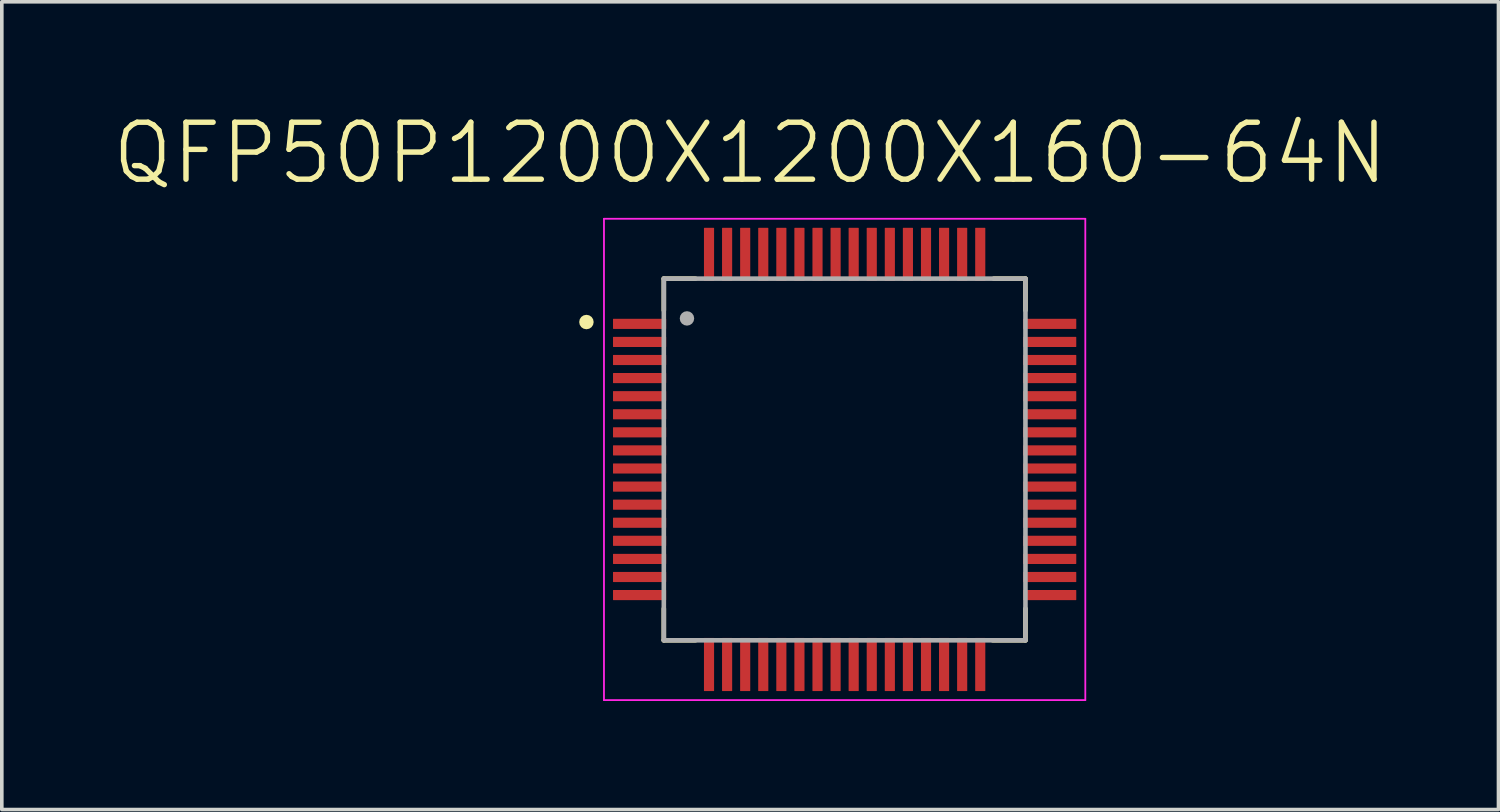
<source format=kicad_pcb>
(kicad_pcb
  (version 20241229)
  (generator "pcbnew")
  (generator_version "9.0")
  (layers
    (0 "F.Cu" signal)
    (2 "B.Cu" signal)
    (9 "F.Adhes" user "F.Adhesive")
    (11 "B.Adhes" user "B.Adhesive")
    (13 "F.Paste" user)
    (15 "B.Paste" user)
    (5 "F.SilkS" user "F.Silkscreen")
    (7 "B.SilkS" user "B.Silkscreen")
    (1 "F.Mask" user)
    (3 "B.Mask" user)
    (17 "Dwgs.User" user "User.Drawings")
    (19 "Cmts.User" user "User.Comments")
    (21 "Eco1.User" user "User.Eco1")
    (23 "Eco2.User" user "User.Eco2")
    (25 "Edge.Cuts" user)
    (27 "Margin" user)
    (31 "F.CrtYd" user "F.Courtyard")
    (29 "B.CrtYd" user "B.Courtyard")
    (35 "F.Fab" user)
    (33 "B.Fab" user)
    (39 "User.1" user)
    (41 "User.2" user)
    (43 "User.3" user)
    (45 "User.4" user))
  (footprint "QFP50P1200X1200X160-64N"
    (layer "F.Cu")
    (at 20.306 9.655)
    (property "Reference" "QFP50P1200X1200X160-64N" (at -2.613 -8.471 0) (layer "F.SilkS") (effects (font (size 1.575 1.575) (thickness 0.15))))
    (attr smd)
    (fp_line (start -5 -5) (end -5 -4.125) (stroke (width 0.127) (type solid)) (layer "F.SilkS"))
    (fp_line (start -5 -5) (end -4.125 -5) (stroke (width 0.127) (type solid)) (layer "F.SilkS"))
    (fp_line (start -5 5) (end -5 4.125) (stroke (width 0.127) (type solid)) (layer "F.SilkS"))
    (fp_line (start -5 5) (end -4.125 5) (stroke (width 0.127) (type solid)) (layer "F.SilkS"))
    (fp_line (start 5 -5) (end 4.125 -5) (stroke (width 0.127) (type solid)) (layer "F.SilkS"))
    (fp_line (start 5 -5) (end 5 -4.125) (stroke (width 0.127) (type solid)) (layer "F.SilkS"))
    (fp_line (start 5 5) (end 4.093 5) (stroke (width 0.127) (type solid)) (layer "F.SilkS"))
    (fp_line (start 5 5) (end 5 4.125) (stroke (width 0.127) (type solid)) (layer "F.SilkS"))
    (fp_circle (center -7.14 -3.8) (end -7.04 -3.8) (stroke (width 0.2) (type solid)) (fill no) (layer "F.SilkS"))
    (fp_line (start -6.655 -6.655) (end 6.655 -6.655) (stroke (width 0.05) (type solid)) (layer "F.CrtYd"))
    (fp_line (start -6.655 6.655) (end -6.655 -6.655) (stroke (width 0.05) (type solid)) (layer "F.CrtYd"))
    (fp_line (start -6.655 6.655) (end 6.655 6.655) (stroke (width 0.05) (type solid)) (layer "F.CrtYd"))
    (fp_line (start 6.655 6.655) (end 6.655 -6.655) (stroke (width 0.05) (type solid)) (layer "F.CrtYd"))
    (fp_line (start -5 -5) (end 5 -5) (stroke (width 0.127) (type solid)) (layer "F.Fab"))
    (fp_line (start -5 5) (end -5 -5) (stroke (width 0.127) (type solid)) (layer "F.Fab"))
    (fp_line (start -5 5) (end 5 5) (stroke (width 0.127) (type solid)) (layer "F.Fab"))
    (fp_line (start 5 5) (end 5 -5) (stroke (width 0.127) (type solid)) (layer "F.Fab"))
    (fp_circle (center -4.36 -3.9) (end -4.26 -3.9) (stroke (width 0.2) (type solid)) (fill no) (layer "F.Fab"))
    (pad "1" smd roundrect (at -5.67 -3.75) (size 1.47 0.28) (layers "F.Cu" "F.Mask" "F.Paste") (roundrect_rratio 0.04))
    (pad "2" smd roundrect (at -5.67 -3.25) (size 1.47 0.28) (layers "F.Cu" "F.Mask" "F.Paste") (roundrect_rratio 0.04))
    (pad "3" smd roundrect (at -5.67 -2.75) (size 1.47 0.28) (layers "F.Cu" "F.Mask" "F.Paste") (roundrect_rratio 0.04))
    (pad "4" smd roundrect (at -5.67 -2.25) (size 1.47 0.28) (layers "F.Cu" "F.Mask" "F.Paste") (roundrect_rratio 0.04))
    (pad "5" smd roundrect (at -5.67 -1.75) (size 1.47 0.28) (layers "F.Cu" "F.Mask" "F.Paste") (roundrect_rratio 0.04))
    (pad "6" smd roundrect (at -5.67 -1.25) (size 1.47 0.28) (layers "F.Cu" "F.Mask" "F.Paste") (roundrect_rratio 0.04))
    (pad "7" smd roundrect (at -5.67 -0.75) (size 1.47 0.28) (layers "F.Cu" "F.Mask" "F.Paste") (roundrect_rratio 0.04))
    (pad "8" smd roundrect (at -5.67 -0.25) (size 1.47 0.28) (layers "F.Cu" "F.Mask" "F.Paste") (roundrect_rratio 0.04))
    (pad "9" smd roundrect (at -5.67 0.25) (size 1.47 0.28) (layers "F.Cu" "F.Mask" "F.Paste") (roundrect_rratio 0.04))
    (pad "10" smd roundrect (at -5.67 0.75) (size 1.47 0.28) (layers "F.Cu" "F.Mask" "F.Paste") (roundrect_rratio 0.04))
    (pad "11" smd roundrect (at -5.67 1.25) (size 1.47 0.28) (layers "F.Cu" "F.Mask" "F.Paste") (roundrect_rratio 0.04))
    (pad "12" smd roundrect (at -5.67 1.75) (size 1.47 0.28) (layers "F.Cu" "F.Mask" "F.Paste") (roundrect_rratio 0.04))
    (pad "13" smd roundrect (at -5.67 2.25) (size 1.47 0.28) (layers "F.Cu" "F.Mask" "F.Paste") (roundrect_rratio 0.04))
    (pad "14" smd roundrect (at -5.67 2.75) (size 1.47 0.28) (layers "F.Cu" "F.Mask" "F.Paste") (roundrect_rratio 0.04))
    (pad "15" smd roundrect (at -5.67 3.25) (size 1.47 0.28) (layers "F.Cu" "F.Mask" "F.Paste") (roundrect_rratio 0.04))
    (pad "16" smd roundrect (at -5.67 3.75) (size 1.47 0.28) (layers "F.Cu" "F.Mask" "F.Paste") (roundrect_rratio 0.04))
    (pad "17" smd roundrect (at -3.75 5.67 90) (size 1.47 0.28) (layers "F.Cu" "F.Mask" "F.Paste") (roundrect_rratio 0.04))
    (pad "18" smd roundrect (at -3.25 5.67 90) (size 1.47 0.28) (layers "F.Cu" "F.Mask" "F.Paste") (roundrect_rratio 0.04))
    (pad "19" smd roundrect (at -2.75 5.67 90) (size 1.47 0.28) (layers "F.Cu" "F.Mask" "F.Paste") (roundrect_rratio 0.04))
    (pad "20" smd roundrect (at -2.25 5.67 90) (size 1.47 0.28) (layers "F.Cu" "F.Mask" "F.Paste") (roundrect_rratio 0.04))
    (pad "21" smd roundrect (at -1.75 5.67 90) (size 1.47 0.28) (layers "F.Cu" "F.Mask" "F.Paste") (roundrect_rratio 0.04))
    (pad "22" smd roundrect (at -1.25 5.67 90) (size 1.47 0.28) (layers "F.Cu" "F.Mask" "F.Paste") (roundrect_rratio 0.04))
    (pad "23" smd roundrect (at -0.75 5.67 90) (size 1.47 0.28) (layers "F.Cu" "F.Mask" "F.Paste") (roundrect_rratio 0.04))
    (pad "24" smd roundrect (at -0.25 5.67 90) (size 1.47 0.28) (layers "F.Cu" "F.Mask" "F.Paste") (roundrect_rratio 0.04))
    (pad "25" smd roundrect (at 0.25 5.67 90) (size 1.47 0.28) (layers "F.Cu" "F.Mask" "F.Paste") (roundrect_rratio 0.04))
    (pad "26" smd roundrect (at 0.75 5.67 90) (size 1.47 0.28) (layers "F.Cu" "F.Mask" "F.Paste") (roundrect_rratio 0.04))
    (pad "27" smd roundrect (at 1.25 5.67 90) (size 1.47 0.28) (layers "F.Cu" "F.Mask" "F.Paste") (roundrect_rratio 0.04))
    (pad "28" smd roundrect (at 1.75 5.67 90) (size 1.47 0.28) (layers "F.Cu" "F.Mask" "F.Paste") (roundrect_rratio 0.04))
    (pad "29" smd roundrect (at 2.25 5.67 90) (size 1.47 0.28) (layers "F.Cu" "F.Mask" "F.Paste") (roundrect_rratio 0.04))
    (pad "30" smd roundrect (at 2.75 5.67 90) (size 1.47 0.28) (layers "F.Cu" "F.Mask" "F.Paste") (roundrect_rratio 0.04))
    (pad "31" smd roundrect (at 3.25 5.67 90) (size 1.47 0.28) (layers "F.Cu" "F.Mask" "F.Paste") (roundrect_rratio 0.04))
    (pad "32" smd roundrect (at 3.75 5.67 90) (size 1.47 0.28) (layers "F.Cu" "F.Mask" "F.Paste") (roundrect_rratio 0.04))
    (pad "33" smd roundrect (at 5.67 3.75) (size 1.47 0.28) (layers "F.Cu" "F.Mask" "F.Paste") (roundrect_rratio 0.04))
    (pad "34" smd roundrect (at 5.67 3.25) (size 1.47 0.28) (layers "F.Cu" "F.Mask" "F.Paste") (roundrect_rratio 0.04))
    (pad "35" smd roundrect (at 5.67 2.75) (size 1.47 0.28) (layers "F.Cu" "F.Mask" "F.Paste") (roundrect_rratio 0.04))
    (pad "36" smd roundrect (at 5.67 2.25) (size 1.47 0.28) (layers "F.Cu" "F.Mask" "F.Paste") (roundrect_rratio 0.04))
    (pad "37" smd roundrect (at 5.67 1.75) (size 1.47 0.28) (layers "F.Cu" "F.Mask" "F.Paste") (roundrect_rratio 0.04))
    (pad "38" smd roundrect (at 5.67 1.25) (size 1.47 0.28) (layers "F.Cu" "F.Mask" "F.Paste") (roundrect_rratio 0.04))
    (pad "39" smd roundrect (at 5.67 0.75) (size 1.47 0.28) (layers "F.Cu" "F.Mask" "F.Paste") (roundrect_rratio 0.04))
    (pad "40" smd roundrect (at 5.67 0.25) (size 1.47 0.28) (layers "F.Cu" "F.Mask" "F.Paste") (roundrect_rratio 0.04))
    (pad "41" smd roundrect (at 5.67 -0.25) (size 1.47 0.28) (layers "F.Cu" "F.Mask" "F.Paste") (roundrect_rratio 0.04))
    (pad "42" smd roundrect (at 5.67 -0.75) (size 1.47 0.28) (layers "F.Cu" "F.Mask" "F.Paste") (roundrect_rratio 0.04))
    (pad "43" smd roundrect (at 5.67 -1.25) (size 1.47 0.28) (layers "F.Cu" "F.Mask" "F.Paste") (roundrect_rratio 0.04))
    (pad "44" smd roundrect (at 5.67 -1.75) (size 1.47 0.28) (layers "F.Cu" "F.Mask" "F.Paste") (roundrect_rratio 0.04))
    (pad "45" smd roundrect (at 5.67 -2.25) (size 1.47 0.28) (layers "F.Cu" "F.Mask" "F.Paste") (roundrect_rratio 0.04))
    (pad "46" smd roundrect (at 5.67 -2.75) (size 1.47 0.28) (layers "F.Cu" "F.Mask" "F.Paste") (roundrect_rratio 0.04))
    (pad "47" smd roundrect (at 5.67 -3.25) (size 1.47 0.28) (layers "F.Cu" "F.Mask" "F.Paste") (roundrect_rratio 0.04))
    (pad "48" smd roundrect (at 5.67 -3.75) (size 1.47 0.28) (layers "F.Cu" "F.Mask" "F.Paste") (roundrect_rratio 0.04))
    (pad "49" smd roundrect (at 3.75 -5.67 90) (size 1.47 0.28) (layers "F.Cu" "F.Mask" "F.Paste") (roundrect_rratio 0.04))
    (pad "50" smd roundrect (at 3.25 -5.67 90) (size 1.47 0.28) (layers "F.Cu" "F.Mask" "F.Paste") (roundrect_rratio 0.04))
    (pad "51" smd roundrect (at 2.75 -5.67 90) (size 1.47 0.28) (layers "F.Cu" "F.Mask" "F.Paste") (roundrect_rratio 0.04))
    (pad "52" smd roundrect (at 2.25 -5.67 90) (size 1.47 0.28) (layers "F.Cu" "F.Mask" "F.Paste") (roundrect_rratio 0.04))
    (pad "53" smd roundrect (at 1.75 -5.67 90) (size 1.47 0.28) (layers "F.Cu" "F.Mask" "F.Paste") (roundrect_rratio 0.04))
    (pad "54" smd roundrect (at 1.25 -5.67 90) (size 1.47 0.28) (layers "F.Cu" "F.Mask" "F.Paste") (roundrect_rratio 0.04))
    (pad "55" smd roundrect (at 0.75 -5.67 90) (size 1.47 0.28) (layers "F.Cu" "F.Mask" "F.Paste") (roundrect_rratio 0.04))
    (pad "56" smd roundrect (at 0.25 -5.67 90) (size 1.47 0.28) (layers "F.Cu" "F.Mask" "F.Paste") (roundrect_rratio 0.04))
    (pad "57" smd roundrect (at -0.25 -5.67 90) (size 1.47 0.28) (layers "F.Cu" "F.Mask" "F.Paste") (roundrect_rratio 0.04))
    (pad "58" smd roundrect (at -0.75 -5.67 90) (size 1.47 0.28) (layers "F.Cu" "F.Mask" "F.Paste") (roundrect_rratio 0.04))
    (pad "59" smd roundrect (at -1.25 -5.67 90) (size 1.47 0.28) (layers "F.Cu" "F.Mask" "F.Paste") (roundrect_rratio 0.04))
    (pad "60" smd roundrect (at -1.75 -5.67 90) (size 1.47 0.28) (layers "F.Cu" "F.Mask" "F.Paste") (roundrect_rratio 0.04))
    (pad "61" smd roundrect (at -2.25 -5.67 90) (size 1.47 0.28) (layers "F.Cu" "F.Mask" "F.Paste") (roundrect_rratio 0.04))
    (pad "62" smd roundrect (at -2.75 -5.67 90) (size 1.47 0.28) (layers "F.Cu" "F.Mask" "F.Paste") (roundrect_rratio 0.04))
    (pad "63" smd roundrect (at -3.25 -5.67 90) (size 1.47 0.28) (layers "F.Cu" "F.Mask" "F.Paste") (roundrect_rratio 0.04))
    (pad "64" smd roundrect (at -3.75 -5.67 90) (size 1.47 0.28) (layers "F.Cu" "F.Mask" "F.Paste") (roundrect_rratio 0.04)))
  (gr_rect
    (start -3 -3)
    (end 38.386 19.335)
    (stroke (width 0.1) (type default))
    (fill no)
    (layer "Edge.Cuts")))
</source>
